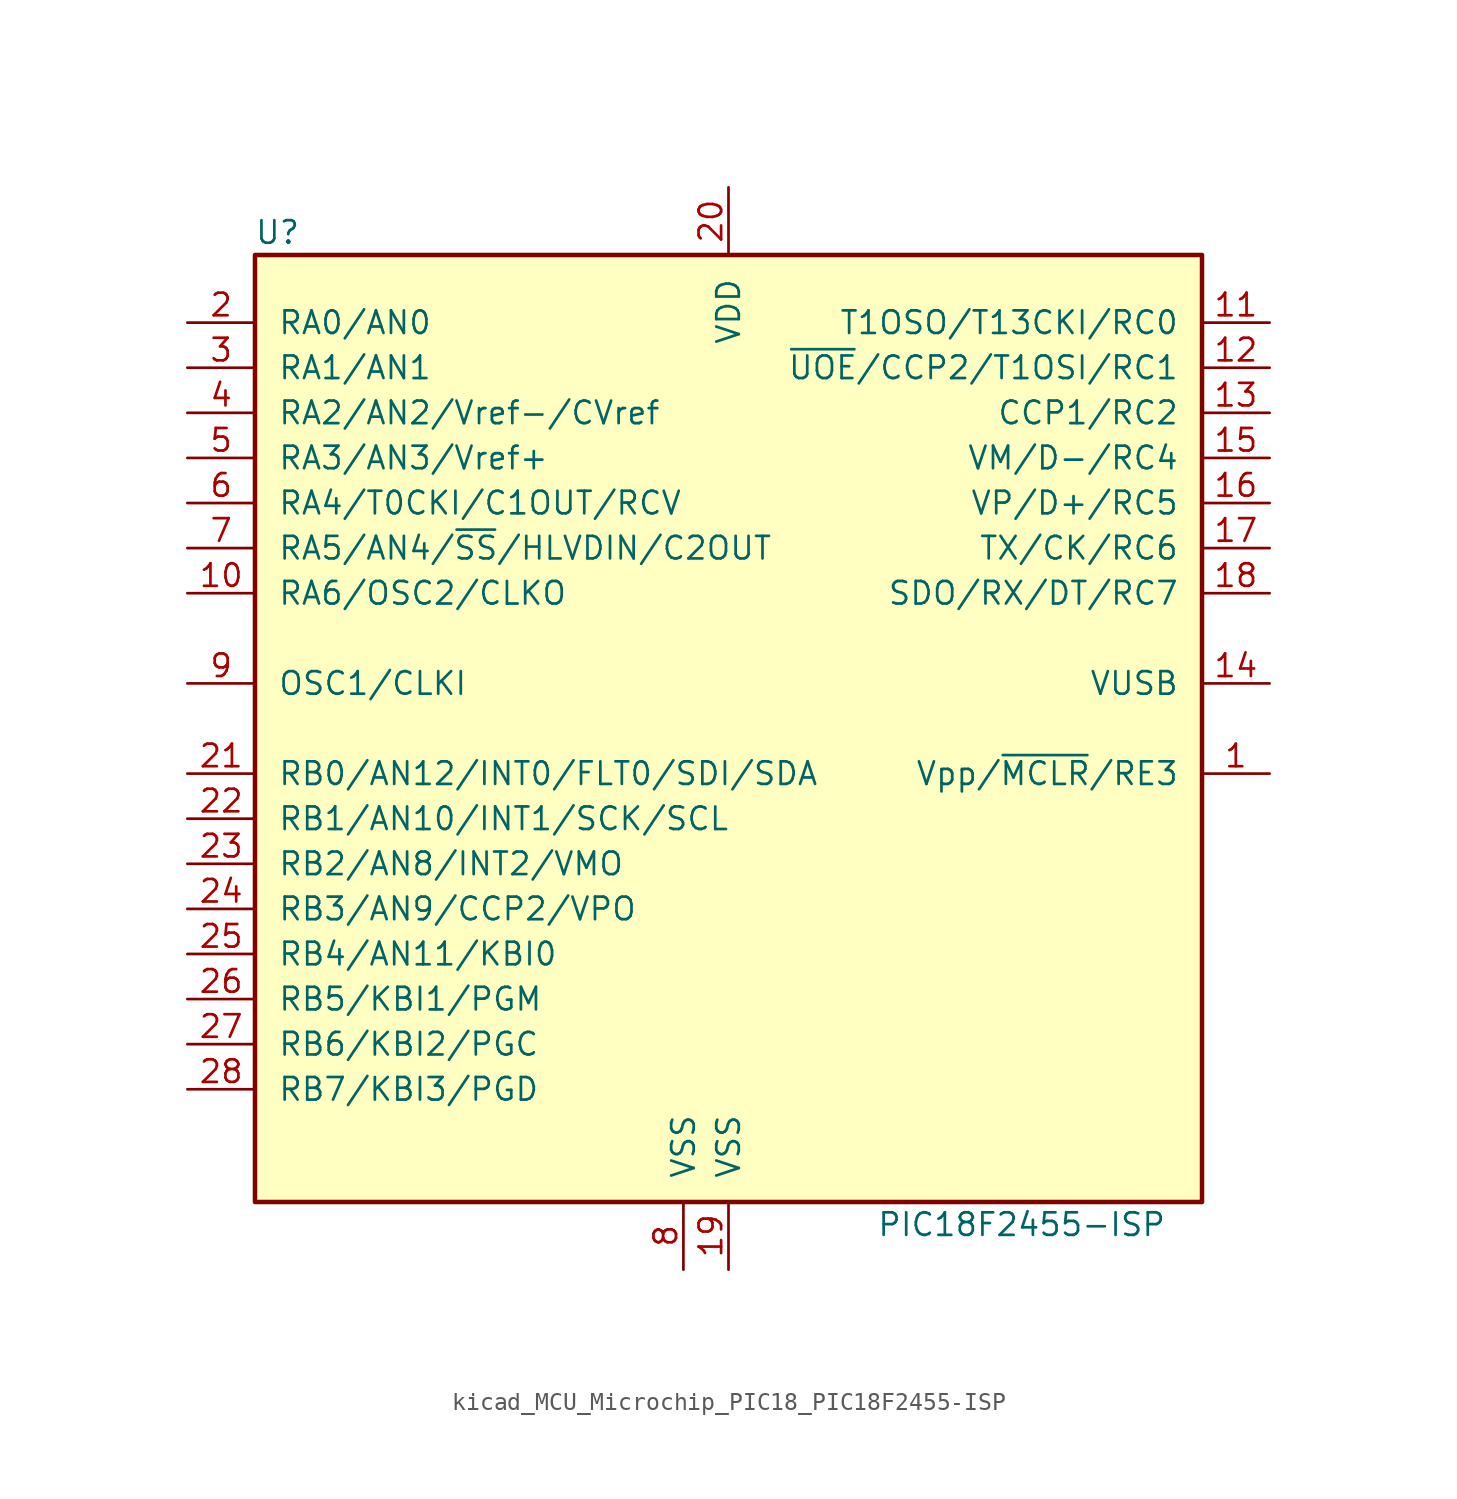
<source format=kicad_sym>
(kicad_symbol_lib
  (version 20220914)
  (generator kicad_symbol_editor)
  (symbol "kicad_MCU_Microchip_PIC18_PIC18F2455-ISP"
    (pin_names
      (offset 1.27))
    (property "Reference" "U"
      (at -25.4 27.94 0)
      (effects (font (size 1.27 1.27))))
    (property "Value" "PIC18F2455-ISP"
      (at 16.51 -27.94 0)
      (effects (font (size 1.27 1.27))))
    (symbol "kicad_MCU_Microchip_PIC18_PIC18F2455-ISP_0_1"
      (rectangle (start -26.67 26.67) (end 26.67 -26.67) (stroke (width 0.254) (type default)) (fill (type background))))
    (symbol "kicad_MCU_Microchip_PIC18_PIC18F2455-ISP_1_1"
      (pin input line (at 30.48 -2.54 180) (length 3.81) (name "Vpp/~{MCLR}/RE3" (effects (font (size 1.27 1.27)))) (number "1" (effects (font (size 1.27 1.27)))))
      (pin output line (at -30.48 7.62 0) (length 3.81) (name "RA6/OSC2/CLKO" (effects (font (size 1.27 1.27)))) (number "10" (effects (font (size 1.27 1.27)))))
      (pin bidirectional line (at 30.48 22.86 180) (length 3.81) (name "T1OSO/T13CKI/RC0" (effects (font (size 1.27 1.27)))) (number "11" (effects (font (size 1.27 1.27)))))
      (pin bidirectional line (at 30.48 20.32 180) (length 3.81) (name "~{UOE}/CCP2/T1OSI/RC1" (effects (font (size 1.27 1.27)))) (number "12" (effects (font (size 1.27 1.27)))))
      (pin bidirectional line (at 30.48 17.78 180) (length 3.81) (name "CCP1/RC2" (effects (font (size 1.27 1.27)))) (number "13" (effects (font (size 1.27 1.27)))))
      (pin bidirectional line (at 30.48 2.54 180) (length 3.81) (name "VUSB" (effects (font (size 1.27 1.27)))) (number "14" (effects (font (size 1.27 1.27)))))
      (pin bidirectional line (at 30.48 15.24 180) (length 3.81) (name "VM/D-/RC4" (effects (font (size 1.27 1.27)))) (number "15" (effects (font (size 1.27 1.27)))))
      (pin bidirectional line (at 30.48 12.7 180) (length 3.81) (name "VP/D+/RC5" (effects (font (size 1.27 1.27)))) (number "16" (effects (font (size 1.27 1.27)))))
      (pin bidirectional line (at 30.48 10.16 180) (length 3.81) (name "TX/CK/RC6" (effects (font (size 1.27 1.27)))) (number "17" (effects (font (size 1.27 1.27)))))
      (pin bidirectional line (at 30.48 7.62 180) (length 3.81) (name "SDO/RX/DT/RC7" (effects (font (size 1.27 1.27)))) (number "18" (effects (font (size 1.27 1.27)))))
      (pin power_in line (at 0 -30.48 90) (length 3.81) (name "VSS" (effects (font (size 1.27 1.27)))) (number "19" (effects (font (size 1.27 1.27)))))
      (pin bidirectional line (at -30.48 22.86 0) (length 3.81) (name "RA0/AN0" (effects (font (size 1.27 1.27)))) (number "2" (effects (font (size 1.27 1.27)))))
      (pin power_in line (at 0 30.48 270) (length 3.81) (name "VDD" (effects (font (size 1.27 1.27)))) (number "20" (effects (font (size 1.27 1.27)))))
      (pin bidirectional line (at -30.48 -2.54 0) (length 3.81) (name "RB0/AN12/INT0/FLT0/SDI/SDA" (effects (font (size 1.27 1.27)))) (number "21" (effects (font (size 1.27 1.27)))))
      (pin bidirectional line (at -30.48 -5.08 0) (length 3.81) (name "RB1/AN10/INT1/SCK/SCL" (effects (font (size 1.27 1.27)))) (number "22" (effects (font (size 1.27 1.27)))))
      (pin bidirectional line (at -30.48 -7.62 0) (length 3.81) (name "RB2/AN8/INT2/VMO" (effects (font (size 1.27 1.27)))) (number "23" (effects (font (size 1.27 1.27)))))
      (pin bidirectional line (at -30.48 -10.16 0) (length 3.81) (name "RB3/AN9/CCP2/VPO" (effects (font (size 1.27 1.27)))) (number "24" (effects (font (size 1.27 1.27)))))
      (pin bidirectional line (at -30.48 -12.7 0) (length 3.81) (name "RB4/AN11/KBI0" (effects (font (size 1.27 1.27)))) (number "25" (effects (font (size 1.27 1.27)))))
      (pin bidirectional line (at -30.48 -15.24 0) (length 3.81) (name "RB5/KBI1/PGM" (effects (font (size 1.27 1.27)))) (number "26" (effects (font (size 1.27 1.27)))))
      (pin bidirectional line (at -30.48 -17.78 0) (length 3.81) (name "RB6/KBI2/PGC" (effects (font (size 1.27 1.27)))) (number "27" (effects (font (size 1.27 1.27)))))
      (pin bidirectional line (at -30.48 -20.32 0) (length 3.81) (name "RB7/KBI3/PGD" (effects (font (size 1.27 1.27)))) (number "28" (effects (font (size 1.27 1.27)))))
      (pin bidirectional line (at -30.48 20.32 0) (length 3.81) (name "RA1/AN1" (effects (font (size 1.27 1.27)))) (number "3" (effects (font (size 1.27 1.27)))))
      (pin bidirectional line (at -30.48 17.78 0) (length 3.81) (name "RA2/AN2/Vref-/CVref" (effects (font (size 1.27 1.27)))) (number "4" (effects (font (size 1.27 1.27)))))
      (pin bidirectional line (at -30.48 15.24 0) (length 3.81) (name "RA3/AN3/Vref+" (effects (font (size 1.27 1.27)))) (number "5" (effects (font (size 1.27 1.27)))))
      (pin bidirectional line (at -30.48 12.7 0) (length 3.81) (name "RA4/T0CKI/C1OUT/RCV" (effects (font (size 1.27 1.27)))) (number "6" (effects (font (size 1.27 1.27)))))
      (pin bidirectional line (at -30.48 10.16 0) (length 3.81) (name "RA5/AN4/~{SS}/HLVDIN/C2OUT" (effects (font (size 1.27 1.27)))) (number "7" (effects (font (size 1.27 1.27)))))
      (pin power_in line (at -2.54 -30.48 90) (length 3.81) (name "VSS" (effects (font (size 1.27 1.27)))) (number "8" (effects (font (size 1.27 1.27)))))
      (pin input line (at -30.48 2.54 0) (length 3.81) (name "OSC1/CLKI" (effects (font (size 1.27 1.27)))) (number "9" (effects (font (size 1.27 1.27))))))))
</source>
